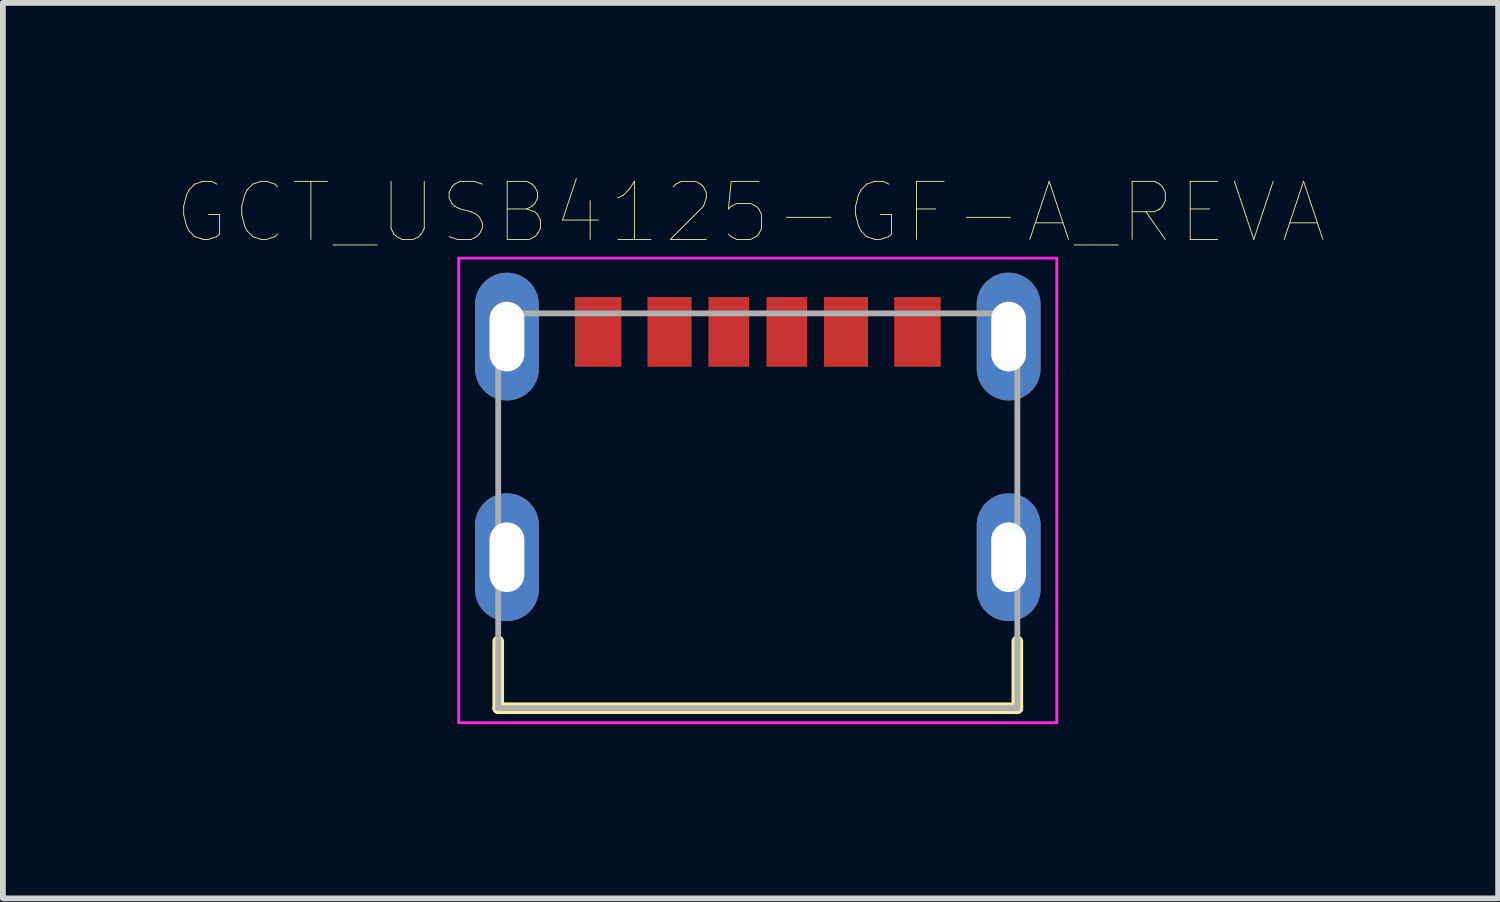
<source format=kicad_pcb>
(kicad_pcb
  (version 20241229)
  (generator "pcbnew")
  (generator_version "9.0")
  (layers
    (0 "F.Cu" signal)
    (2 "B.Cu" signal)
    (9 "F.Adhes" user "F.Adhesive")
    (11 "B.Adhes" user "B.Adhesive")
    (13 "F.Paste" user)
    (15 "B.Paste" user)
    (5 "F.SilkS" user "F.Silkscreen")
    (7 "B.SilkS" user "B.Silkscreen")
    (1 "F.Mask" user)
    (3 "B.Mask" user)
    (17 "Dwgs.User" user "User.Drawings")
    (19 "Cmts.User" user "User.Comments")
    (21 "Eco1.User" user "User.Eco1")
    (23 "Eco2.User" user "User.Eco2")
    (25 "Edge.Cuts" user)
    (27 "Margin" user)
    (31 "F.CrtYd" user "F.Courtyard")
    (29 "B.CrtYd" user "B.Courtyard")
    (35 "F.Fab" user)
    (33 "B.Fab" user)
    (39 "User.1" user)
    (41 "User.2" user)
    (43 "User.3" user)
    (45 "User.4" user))
  (footprint "GCT_USB4125-GF-A_REVA"
    (layer "F.Cu")
    (at 10 2.746)
    (property "Reference" "GCT_USB4125-GF-A_REVA" (at -0.125 -2.135 0) (layer "F.SilkS") (effects (font (size 1 1) (thickness 0.015))))
    (attr through_hole)
    (fp_line (start -4.47 5.25) (end -4.47 6.4) (stroke (width 0.2) (type solid)) (layer "F.SilkS"))
    (fp_line (start -4.47 6.4) (end 4.47 6.4) (stroke (width 0.2) (type solid)) (layer "F.SilkS"))
    (fp_line (start 4.47 6.4) (end 4.47 5.25) (stroke (width 0.2) (type solid)) (layer "F.SilkS"))
    (fp_line (start -5.15 -1.35) (end 5.15 -1.35) (stroke (width 0.05) (type solid)) (layer "F.CrtYd"))
    (fp_line (start -5.15 6.65) (end -5.15 -1.35) (stroke (width 0.05) (type solid)) (layer "F.CrtYd"))
    (fp_line (start 5.15 -1.35) (end 5.15 6.65) (stroke (width 0.05) (type solid)) (layer "F.CrtYd"))
    (fp_line (start 5.15 6.65) (end -5.15 6.65) (stroke (width 0.05) (type solid)) (layer "F.CrtYd"))
    (fp_line (start -4.47 -0.4) (end 4.47 -0.4) (stroke (width 0.1) (type solid)) (layer "F.Fab"))
    (fp_line (start -4.47 6.4) (end -4.47 -0.4) (stroke (width 0.1) (type solid)) (layer "F.Fab"))
    (fp_line (start 4.47 -0.4) (end 4.47 6.4) (stroke (width 0.1) (type solid)) (layer "F.Fab"))
    (fp_line (start 4.47 6.4) (end -4.47 6.4) (stroke (width 0.1) (type solid)) (layer "F.Fab"))
    (pad "A5" smd rect (at -0.5 -0.08) (size 0.7 1.2) (layers "F.Cu" "F.Mask" "F.Paste"))
    (pad "A9" smd rect (at 1.52 -0.08) (size 0.76 1.2) (layers "F.Cu" "F.Mask" "F.Paste"))
    (pad "A12" smd rect (at 2.75 -0.08) (size 0.8 1.2) (layers "F.Cu" "F.Mask" "F.Paste"))
    (pad "B5" smd rect (at 0.5 -0.08) (size 0.7 1.2) (layers "F.Cu" "F.Mask" "F.Paste"))
    (pad "B9" smd rect (at -1.52 -0.08) (size 0.76 1.2) (layers "F.Cu" "F.Mask" "F.Paste"))
    (pad "B12" smd rect (at -2.75 -0.08) (size 0.8 1.2) (layers "F.Cu" "F.Mask" "F.Paste"))
    (pad "S1" thru_hole oval (at -4.32 0) (size 1.1 2.2) (drill oval 0.6 1.2) (layers "*.Cu" "*.Mask"))
    (pad "S2" thru_hole oval (at 4.32 0) (size 1.1 2.2) (drill oval 0.6 1.2) (layers "*.Cu" "*.Mask"))
    (pad "S3" thru_hole oval (at -4.32 3.8) (size 1.1 2.2) (drill oval 0.6 1.2) (layers "*.Cu" "*.Mask"))
    (pad "S4" thru_hole oval (at 4.32 3.8) (size 1.1 2.2) (drill oval 0.6 1.2) (layers "*.Cu" "*.Mask")))
  (gr_rect
    (start -3 -3)
    (end 22.75 12.421)
    (stroke (width 0.1) (type default))
    (fill no)
    (layer "Edge.Cuts")))
</source>
